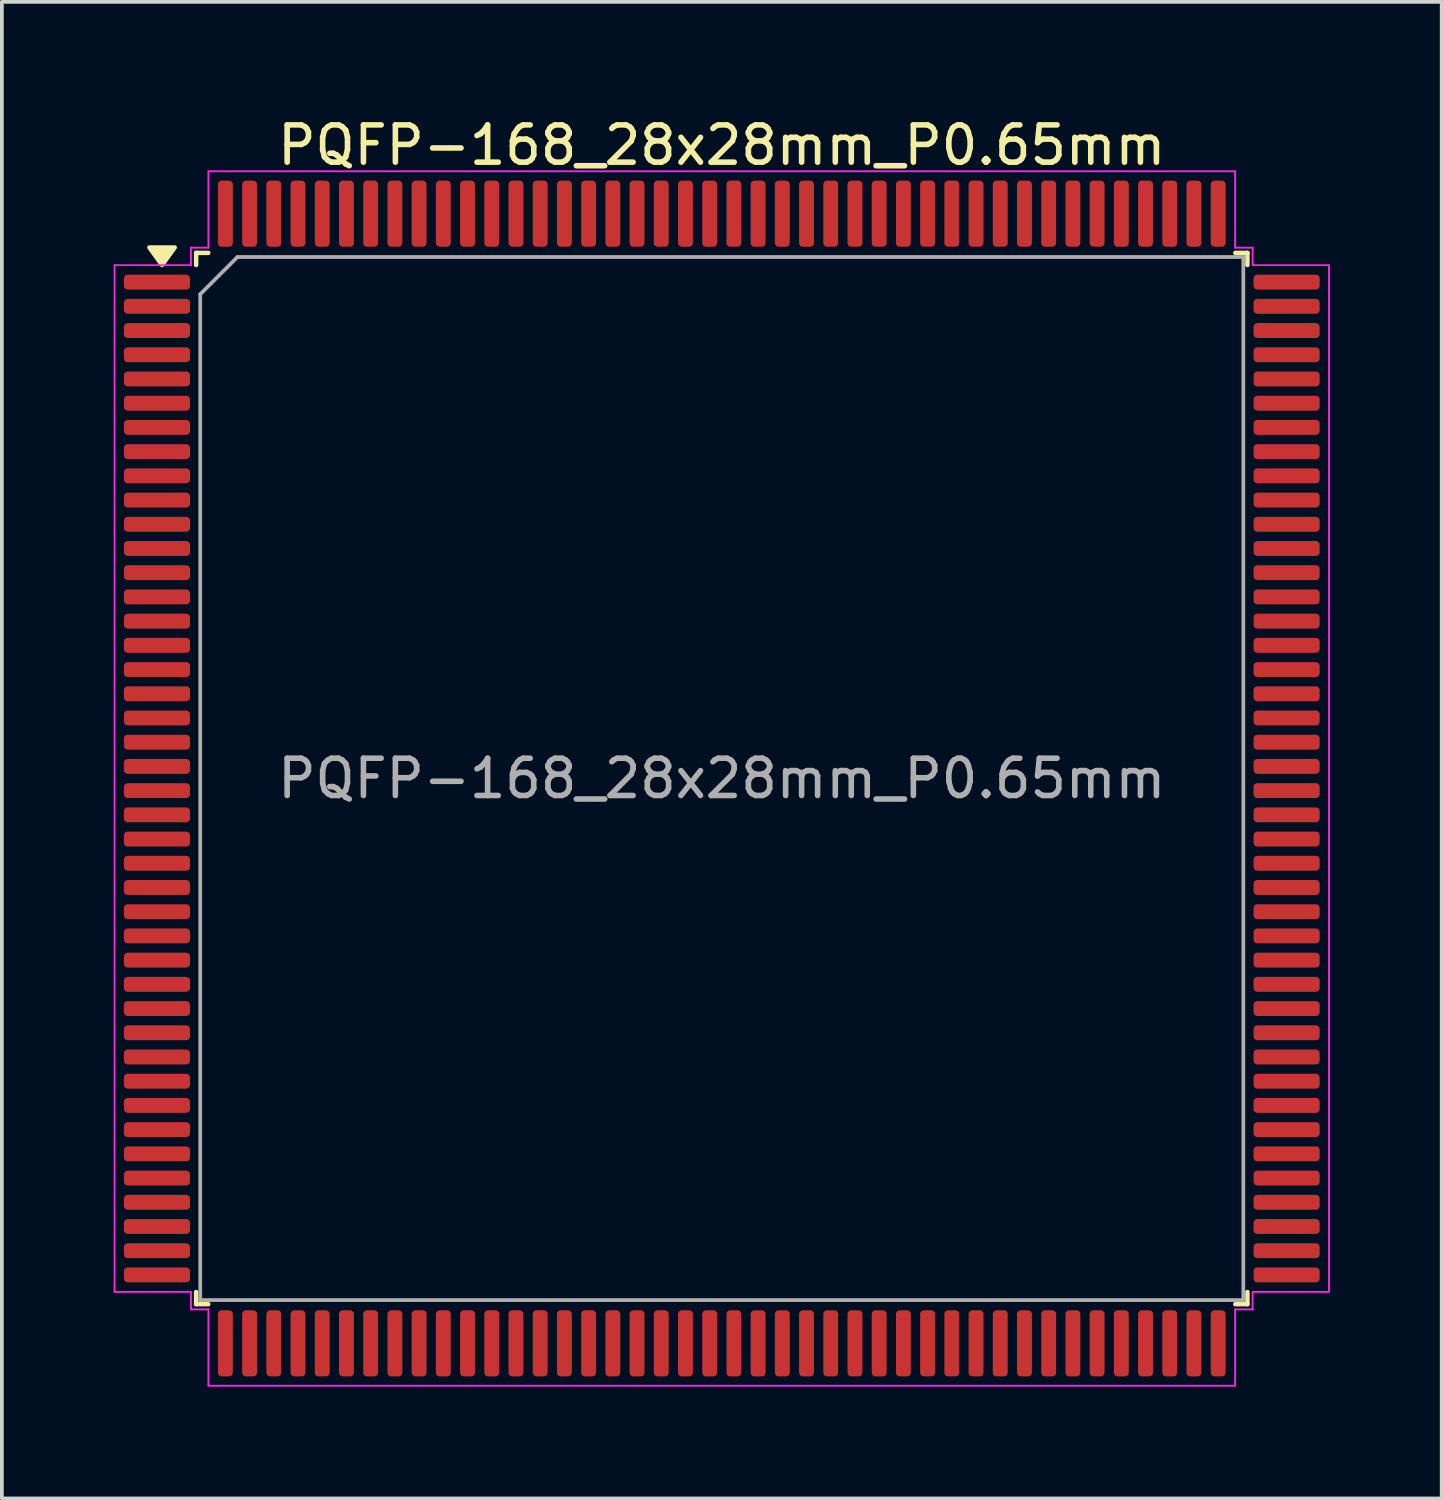
<source format=kicad_pcb>
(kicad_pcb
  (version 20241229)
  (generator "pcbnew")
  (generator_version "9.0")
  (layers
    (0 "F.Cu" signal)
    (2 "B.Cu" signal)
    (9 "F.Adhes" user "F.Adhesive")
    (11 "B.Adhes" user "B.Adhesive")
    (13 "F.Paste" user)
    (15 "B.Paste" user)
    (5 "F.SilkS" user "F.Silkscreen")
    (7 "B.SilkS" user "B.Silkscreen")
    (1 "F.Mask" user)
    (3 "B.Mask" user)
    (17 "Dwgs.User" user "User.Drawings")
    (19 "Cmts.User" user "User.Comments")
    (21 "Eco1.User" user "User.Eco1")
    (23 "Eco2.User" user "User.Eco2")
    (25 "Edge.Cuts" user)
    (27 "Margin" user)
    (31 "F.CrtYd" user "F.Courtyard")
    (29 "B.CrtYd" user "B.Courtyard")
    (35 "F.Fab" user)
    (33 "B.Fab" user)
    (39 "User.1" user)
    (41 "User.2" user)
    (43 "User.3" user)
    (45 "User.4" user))
  (footprint "PQFP-168_28x28mm_P0.65mm"
    (layer "F.Cu")
    (at 16.325 17.848)
    (property "Reference" "PQFP-168_28x28mm_P0.65mm" (at 0 -17 0) (layer "F.SilkS") (effects (font (size 1 1) (thickness 0.15))))
    (attr smd)
    (fp_line (start -14.11 -14.11) (end -14.11 -13.785) (stroke (width 0.12) (type solid)) (layer "F.SilkS"))
    (fp_line (start -14.11 14.11) (end -14.11 13.785) (stroke (width 0.12) (type solid)) (layer "F.SilkS"))
    (fp_line (start -13.785 -14.11) (end -14.11 -14.11) (stroke (width 0.12) (type solid)) (layer "F.SilkS"))
    (fp_line (start -13.785 14.11) (end -14.11 14.11) (stroke (width 0.12) (type solid)) (layer "F.SilkS"))
    (fp_line (start 13.785 -14.11) (end 14.11 -14.11) (stroke (width 0.12) (type solid)) (layer "F.SilkS"))
    (fp_line (start 13.785 14.11) (end 14.11 14.11) (stroke (width 0.12) (type solid)) (layer "F.SilkS"))
    (fp_line (start 14.11 -14.11) (end 14.11 -13.785) (stroke (width 0.12) (type solid)) (layer "F.SilkS"))
    (fp_line (start 14.11 14.11) (end 14.11 13.785) (stroke (width 0.12) (type solid)) (layer "F.SilkS"))
    (fp_poly (pts (xy -15.025 -13.785) (xy -15.365 -14.255) (xy -14.685 -14.255)) (stroke (width 0.12) (type solid)) (fill yes) (layer "F.SilkS"))
    (fp_line (start -16.3 -13.78) (end -14.25 -13.78) (stroke (width 0.05) (type solid)) (layer "F.CrtYd"))
    (fp_line (start -16.3 13.78) (end -16.3 -13.78) (stroke (width 0.05) (type solid)) (layer "F.CrtYd"))
    (fp_line (start -14.25 -14.25) (end -13.78 -14.25) (stroke (width 0.05) (type solid)) (layer "F.CrtYd"))
    (fp_line (start -14.25 -13.78) (end -14.25 -14.25) (stroke (width 0.05) (type solid)) (layer "F.CrtYd"))
    (fp_line (start -14.25 13.78) (end -16.3 13.78) (stroke (width 0.05) (type solid)) (layer "F.CrtYd"))
    (fp_line (start -14.25 14.25) (end -14.25 13.78) (stroke (width 0.05) (type solid)) (layer "F.CrtYd"))
    (fp_line (start -13.78 -16.3) (end 13.78 -16.3) (stroke (width 0.05) (type solid)) (layer "F.CrtYd"))
    (fp_line (start -13.78 -14.25) (end -13.78 -16.3) (stroke (width 0.05) (type solid)) (layer "F.CrtYd"))
    (fp_line (start -13.78 14.25) (end -14.25 14.25) (stroke (width 0.05) (type solid)) (layer "F.CrtYd"))
    (fp_line (start -13.78 16.3) (end -13.78 14.25) (stroke (width 0.05) (type solid)) (layer "F.CrtYd"))
    (fp_line (start 13.78 -16.3) (end 13.78 -14.25) (stroke (width 0.05) (type solid)) (layer "F.CrtYd"))
    (fp_line (start 13.78 -14.25) (end 14.25 -14.25) (stroke (width 0.05) (type solid)) (layer "F.CrtYd"))
    (fp_line (start 13.78 14.25) (end 13.78 16.3) (stroke (width 0.05) (type solid)) (layer "F.CrtYd"))
    (fp_line (start 13.78 16.3) (end -13.78 16.3) (stroke (width 0.05) (type solid)) (layer "F.CrtYd"))
    (fp_line (start 14.25 -14.25) (end 14.25 -13.78) (stroke (width 0.05) (type solid)) (layer "F.CrtYd"))
    (fp_line (start 14.25 -13.78) (end 16.3 -13.78) (stroke (width 0.05) (type solid)) (layer "F.CrtYd"))
    (fp_line (start 14.25 13.78) (end 14.25 14.25) (stroke (width 0.05) (type solid)) (layer "F.CrtYd"))
    (fp_line (start 14.25 14.25) (end 13.78 14.25) (stroke (width 0.05) (type solid)) (layer "F.CrtYd"))
    (fp_line (start 16.3 -13.78) (end 16.3 13.78) (stroke (width 0.05) (type solid)) (layer "F.CrtYd"))
    (fp_line (start 16.3 13.78) (end 14.25 13.78) (stroke (width 0.05) (type solid)) (layer "F.CrtYd"))
    (fp_line (start -14 -13) (end -13 -14) (stroke (width 0.1) (type solid)) (layer "F.Fab"))
    (fp_line (start -14 14) (end -14 -13) (stroke (width 0.1) (type solid)) (layer "F.Fab"))
    (fp_line (start -13 -14) (end 14 -14) (stroke (width 0.1) (type solid)) (layer "F.Fab"))
    (fp_line (start 14 -14) (end 14 14) (stroke (width 0.1) (type solid)) (layer "F.Fab"))
    (fp_line (start 14 14) (end -14 14) (stroke (width 0.1) (type solid)) (layer "F.Fab"))
    (fp_text user "${REFERENCE}" (at 0 0 0) (layer "F.Fab") (effects (font (size 1 1) (thickness 0.15))))
    (pad "1" smd roundrect (at -15.162 -13.325) (size 1.775 0.4) (layers "F.Cu" "F.Mask" "F.Paste") (roundrect_rratio 0.25))
    (pad "2" smd roundrect (at -15.162 -12.675) (size 1.775 0.4) (layers "F.Cu" "F.Mask" "F.Paste") (roundrect_rratio 0.25))
    (pad "3" smd roundrect (at -15.162 -12.025) (size 1.775 0.4) (layers "F.Cu" "F.Mask" "F.Paste") (roundrect_rratio 0.25))
    (pad "4" smd roundrect (at -15.162 -11.375) (size 1.775 0.4) (layers "F.Cu" "F.Mask" "F.Paste") (roundrect_rratio 0.25))
    (pad "5" smd roundrect (at -15.162 -10.725) (size 1.775 0.4) (layers "F.Cu" "F.Mask" "F.Paste") (roundrect_rratio 0.25))
    (pad "6" smd roundrect (at -15.162 -10.075) (size 1.775 0.4) (layers "F.Cu" "F.Mask" "F.Paste") (roundrect_rratio 0.25))
    (pad "7" smd roundrect (at -15.162 -9.425) (size 1.775 0.4) (layers "F.Cu" "F.Mask" "F.Paste") (roundrect_rratio 0.25))
    (pad "8" smd roundrect (at -15.162 -8.775) (size 1.775 0.4) (layers "F.Cu" "F.Mask" "F.Paste") (roundrect_rratio 0.25))
    (pad "9" smd roundrect (at -15.162 -8.125) (size 1.775 0.4) (layers "F.Cu" "F.Mask" "F.Paste") (roundrect_rratio 0.25))
    (pad "10" smd roundrect (at -15.162 -7.475) (size 1.775 0.4) (layers "F.Cu" "F.Mask" "F.Paste") (roundrect_rratio 0.25))
    (pad "11" smd roundrect (at -15.162 -6.825) (size 1.775 0.4) (layers "F.Cu" "F.Mask" "F.Paste") (roundrect_rratio 0.25))
    (pad "12" smd roundrect (at -15.162 -6.175) (size 1.775 0.4) (layers "F.Cu" "F.Mask" "F.Paste") (roundrect_rratio 0.25))
    (pad "13" smd roundrect (at -15.162 -5.525) (size 1.775 0.4) (layers "F.Cu" "F.Mask" "F.Paste") (roundrect_rratio 0.25))
    (pad "14" smd roundrect (at -15.162 -4.875) (size 1.775 0.4) (layers "F.Cu" "F.Mask" "F.Paste") (roundrect_rratio 0.25))
    (pad "15" smd roundrect (at -15.162 -4.225) (size 1.775 0.4) (layers "F.Cu" "F.Mask" "F.Paste") (roundrect_rratio 0.25))
    (pad "16" smd roundrect (at -15.162 -3.575) (size 1.775 0.4) (layers "F.Cu" "F.Mask" "F.Paste") (roundrect_rratio 0.25))
    (pad "17" smd roundrect (at -15.162 -2.925) (size 1.775 0.4) (layers "F.Cu" "F.Mask" "F.Paste") (roundrect_rratio 0.25))
    (pad "18" smd roundrect (at -15.162 -2.275) (size 1.775 0.4) (layers "F.Cu" "F.Mask" "F.Paste") (roundrect_rratio 0.25))
    (pad "19" smd roundrect (at -15.162 -1.625) (size 1.775 0.4) (layers "F.Cu" "F.Mask" "F.Paste") (roundrect_rratio 0.25))
    (pad "20" smd roundrect (at -15.162 -0.975) (size 1.775 0.4) (layers "F.Cu" "F.Mask" "F.Paste") (roundrect_rratio 0.25))
    (pad "21" smd roundrect (at -15.162 -0.325) (size 1.775 0.4) (layers "F.Cu" "F.Mask" "F.Paste") (roundrect_rratio 0.25))
    (pad "22" smd roundrect (at -15.162 0.325) (size 1.775 0.4) (layers "F.Cu" "F.Mask" "F.Paste") (roundrect_rratio 0.25))
    (pad "23" smd roundrect (at -15.162 0.975) (size 1.775 0.4) (layers "F.Cu" "F.Mask" "F.Paste") (roundrect_rratio 0.25))
    (pad "24" smd roundrect (at -15.162 1.625) (size 1.775 0.4) (layers "F.Cu" "F.Mask" "F.Paste") (roundrect_rratio 0.25))
    (pad "25" smd roundrect (at -15.162 2.275) (size 1.775 0.4) (layers "F.Cu" "F.Mask" "F.Paste") (roundrect_rratio 0.25))
    (pad "26" smd roundrect (at -15.162 2.925) (size 1.775 0.4) (layers "F.Cu" "F.Mask" "F.Paste") (roundrect_rratio 0.25))
    (pad "27" smd roundrect (at -15.162 3.575) (size 1.775 0.4) (layers "F.Cu" "F.Mask" "F.Paste") (roundrect_rratio 0.25))
    (pad "28" smd roundrect (at -15.162 4.225) (size 1.775 0.4) (layers "F.Cu" "F.Mask" "F.Paste") (roundrect_rratio 0.25))
    (pad "29" smd roundrect (at -15.162 4.875) (size 1.775 0.4) (layers "F.Cu" "F.Mask" "F.Paste") (roundrect_rratio 0.25))
    (pad "30" smd roundrect (at -15.162 5.525) (size 1.775 0.4) (layers "F.Cu" "F.Mask" "F.Paste") (roundrect_rratio 0.25))
    (pad "31" smd roundrect (at -15.162 6.175) (size 1.775 0.4) (layers "F.Cu" "F.Mask" "F.Paste") (roundrect_rratio 0.25))
    (pad "32" smd roundrect (at -15.162 6.825) (size 1.775 0.4) (layers "F.Cu" "F.Mask" "F.Paste") (roundrect_rratio 0.25))
    (pad "33" smd roundrect (at -15.162 7.475) (size 1.775 0.4) (layers "F.Cu" "F.Mask" "F.Paste") (roundrect_rratio 0.25))
    (pad "34" smd roundrect (at -15.162 8.125) (size 1.775 0.4) (layers "F.Cu" "F.Mask" "F.Paste") (roundrect_rratio 0.25))
    (pad "35" smd roundrect (at -15.162 8.775) (size 1.775 0.4) (layers "F.Cu" "F.Mask" "F.Paste") (roundrect_rratio 0.25))
    (pad "36" smd roundrect (at -15.162 9.425) (size 1.775 0.4) (layers "F.Cu" "F.Mask" "F.Paste") (roundrect_rratio 0.25))
    (pad "37" smd roundrect (at -15.162 10.075) (size 1.775 0.4) (layers "F.Cu" "F.Mask" "F.Paste") (roundrect_rratio 0.25))
    (pad "38" smd roundrect (at -15.162 10.725) (size 1.775 0.4) (layers "F.Cu" "F.Mask" "F.Paste") (roundrect_rratio 0.25))
    (pad "39" smd roundrect (at -15.162 11.375) (size 1.775 0.4) (layers "F.Cu" "F.Mask" "F.Paste") (roundrect_rratio 0.25))
    (pad "40" smd roundrect (at -15.162 12.025) (size 1.775 0.4) (layers "F.Cu" "F.Mask" "F.Paste") (roundrect_rratio 0.25))
    (pad "41" smd roundrect (at -15.162 12.675) (size 1.775 0.4) (layers "F.Cu" "F.Mask" "F.Paste") (roundrect_rratio 0.25))
    (pad "42" smd roundrect (at -15.162 13.325) (size 1.775 0.4) (layers "F.Cu" "F.Mask" "F.Paste") (roundrect_rratio 0.25))
    (pad "43" smd roundrect (at -13.325 15.162) (size 0.4 1.775) (layers "F.Cu" "F.Mask" "F.Paste") (roundrect_rratio 0.25))
    (pad "44" smd roundrect (at -12.675 15.162) (size 0.4 1.775) (layers "F.Cu" "F.Mask" "F.Paste") (roundrect_rratio 0.25))
    (pad "45" smd roundrect (at -12.025 15.162) (size 0.4 1.775) (layers "F.Cu" "F.Mask" "F.Paste") (roundrect_rratio 0.25))
    (pad "46" smd roundrect (at -11.375 15.162) (size 0.4 1.775) (layers "F.Cu" "F.Mask" "F.Paste") (roundrect_rratio 0.25))
    (pad "47" smd roundrect (at -10.725 15.162) (size 0.4 1.775) (layers "F.Cu" "F.Mask" "F.Paste") (roundrect_rratio 0.25))
    (pad "48" smd roundrect (at -10.075 15.162) (size 0.4 1.775) (layers "F.Cu" "F.Mask" "F.Paste") (roundrect_rratio 0.25))
    (pad "49" smd roundrect (at -9.425 15.162) (size 0.4 1.775) (layers "F.Cu" "F.Mask" "F.Paste") (roundrect_rratio 0.25))
    (pad "50" smd roundrect (at -8.775 15.162) (size 0.4 1.775) (layers "F.Cu" "F.Mask" "F.Paste") (roundrect_rratio 0.25))
    (pad "51" smd roundrect (at -8.125 15.162) (size 0.4 1.775) (layers "F.Cu" "F.Mask" "F.Paste") (roundrect_rratio 0.25))
    (pad "52" smd roundrect (at -7.475 15.162) (size 0.4 1.775) (layers "F.Cu" "F.Mask" "F.Paste") (roundrect_rratio 0.25))
    (pad "53" smd roundrect (at -6.825 15.162) (size 0.4 1.775) (layers "F.Cu" "F.Mask" "F.Paste") (roundrect_rratio 0.25))
    (pad "54" smd roundrect (at -6.175 15.162) (size 0.4 1.775) (layers "F.Cu" "F.Mask" "F.Paste") (roundrect_rratio 0.25))
    (pad "55" smd roundrect (at -5.525 15.162) (size 0.4 1.775) (layers "F.Cu" "F.Mask" "F.Paste") (roundrect_rratio 0.25))
    (pad "56" smd roundrect (at -4.875 15.162) (size 0.4 1.775) (layers "F.Cu" "F.Mask" "F.Paste") (roundrect_rratio 0.25))
    (pad "57" smd roundrect (at -4.225 15.162) (size 0.4 1.775) (layers "F.Cu" "F.Mask" "F.Paste") (roundrect_rratio 0.25))
    (pad "58" smd roundrect (at -3.575 15.162) (size 0.4 1.775) (layers "F.Cu" "F.Mask" "F.Paste") (roundrect_rratio 0.25))
    (pad "59" smd roundrect (at -2.925 15.162) (size 0.4 1.775) (layers "F.Cu" "F.Mask" "F.Paste") (roundrect_rratio 0.25))
    (pad "60" smd roundrect (at -2.275 15.162) (size 0.4 1.775) (layers "F.Cu" "F.Mask" "F.Paste") (roundrect_rratio 0.25))
    (pad "61" smd roundrect (at -1.625 15.162) (size 0.4 1.775) (layers "F.Cu" "F.Mask" "F.Paste") (roundrect_rratio 0.25))
    (pad "62" smd roundrect (at -0.975 15.162) (size 0.4 1.775) (layers "F.Cu" "F.Mask" "F.Paste") (roundrect_rratio 0.25))
    (pad "63" smd roundrect (at -0.325 15.162) (size 0.4 1.775) (layers "F.Cu" "F.Mask" "F.Paste") (roundrect_rratio 0.25))
    (pad "64" smd roundrect (at 0.325 15.162) (size 0.4 1.775) (layers "F.Cu" "F.Mask" "F.Paste") (roundrect_rratio 0.25))
    (pad "65" smd roundrect (at 0.975 15.162) (size 0.4 1.775) (layers "F.Cu" "F.Mask" "F.Paste") (roundrect_rratio 0.25))
    (pad "66" smd roundrect (at 1.625 15.162) (size 0.4 1.775) (layers "F.Cu" "F.Mask" "F.Paste") (roundrect_rratio 0.25))
    (pad "67" smd roundrect (at 2.275 15.162) (size 0.4 1.775) (layers "F.Cu" "F.Mask" "F.Paste") (roundrect_rratio 0.25))
    (pad "68" smd roundrect (at 2.925 15.162) (size 0.4 1.775) (layers "F.Cu" "F.Mask" "F.Paste") (roundrect_rratio 0.25))
    (pad "69" smd roundrect (at 3.575 15.162) (size 0.4 1.775) (layers "F.Cu" "F.Mask" "F.Paste") (roundrect_rratio 0.25))
    (pad "70" smd roundrect (at 4.225 15.162) (size 0.4 1.775) (layers "F.Cu" "F.Mask" "F.Paste") (roundrect_rratio 0.25))
    (pad "71" smd roundrect (at 4.875 15.162) (size 0.4 1.775) (layers "F.Cu" "F.Mask" "F.Paste") (roundrect_rratio 0.25))
    (pad "72" smd roundrect (at 5.525 15.162) (size 0.4 1.775) (layers "F.Cu" "F.Mask" "F.Paste") (roundrect_rratio 0.25))
    (pad "73" smd roundrect (at 6.175 15.162) (size 0.4 1.775) (layers "F.Cu" "F.Mask" "F.Paste") (roundrect_rratio 0.25))
    (pad "74" smd roundrect (at 6.825 15.162) (size 0.4 1.775) (layers "F.Cu" "F.Mask" "F.Paste") (roundrect_rratio 0.25))
    (pad "75" smd roundrect (at 7.475 15.162) (size 0.4 1.775) (layers "F.Cu" "F.Mask" "F.Paste") (roundrect_rratio 0.25))
    (pad "76" smd roundrect (at 8.125 15.162) (size 0.4 1.775) (layers "F.Cu" "F.Mask" "F.Paste") (roundrect_rratio 0.25))
    (pad "77" smd roundrect (at 8.775 15.162) (size 0.4 1.775) (layers "F.Cu" "F.Mask" "F.Paste") (roundrect_rratio 0.25))
    (pad "78" smd roundrect (at 9.425 15.162) (size 0.4 1.775) (layers "F.Cu" "F.Mask" "F.Paste") (roundrect_rratio 0.25))
    (pad "79" smd roundrect (at 10.075 15.162) (size 0.4 1.775) (layers "F.Cu" "F.Mask" "F.Paste") (roundrect_rratio 0.25))
    (pad "80" smd roundrect (at 10.725 15.162) (size 0.4 1.775) (layers "F.Cu" "F.Mask" "F.Paste") (roundrect_rratio 0.25))
    (pad "81" smd roundrect (at 11.375 15.162) (size 0.4 1.775) (layers "F.Cu" "F.Mask" "F.Paste") (roundrect_rratio 0.25))
    (pad "82" smd roundrect (at 12.025 15.162) (size 0.4 1.775) (layers "F.Cu" "F.Mask" "F.Paste") (roundrect_rratio 0.25))
    (pad "83" smd roundrect (at 12.675 15.162) (size 0.4 1.775) (layers "F.Cu" "F.Mask" "F.Paste") (roundrect_rratio 0.25))
    (pad "84" smd roundrect (at 13.325 15.162) (size 0.4 1.775) (layers "F.Cu" "F.Mask" "F.Paste") (roundrect_rratio 0.25))
    (pad "85" smd roundrect (at 15.162 13.325) (size 1.775 0.4) (layers "F.Cu" "F.Mask" "F.Paste") (roundrect_rratio 0.25))
    (pad "86" smd roundrect (at 15.162 12.675) (size 1.775 0.4) (layers "F.Cu" "F.Mask" "F.Paste") (roundrect_rratio 0.25))
    (pad "87" smd roundrect (at 15.162 12.025) (size 1.775 0.4) (layers "F.Cu" "F.Mask" "F.Paste") (roundrect_rratio 0.25))
    (pad "88" smd roundrect (at 15.162 11.375) (size 1.775 0.4) (layers "F.Cu" "F.Mask" "F.Paste") (roundrect_rratio 0.25))
    (pad "89" smd roundrect (at 15.162 10.725) (size 1.775 0.4) (layers "F.Cu" "F.Mask" "F.Paste") (roundrect_rratio 0.25))
    (pad "90" smd roundrect (at 15.162 10.075) (size 1.775 0.4) (layers "F.Cu" "F.Mask" "F.Paste") (roundrect_rratio 0.25))
    (pad "91" smd roundrect (at 15.162 9.425) (size 1.775 0.4) (layers "F.Cu" "F.Mask" "F.Paste") (roundrect_rratio 0.25))
    (pad "92" smd roundrect (at 15.162 8.775) (size 1.775 0.4) (layers "F.Cu" "F.Mask" "F.Paste") (roundrect_rratio 0.25))
    (pad "93" smd roundrect (at 15.162 8.125) (size 1.775 0.4) (layers "F.Cu" "F.Mask" "F.Paste") (roundrect_rratio 0.25))
    (pad "94" smd roundrect (at 15.162 7.475) (size 1.775 0.4) (layers "F.Cu" "F.Mask" "F.Paste") (roundrect_rratio 0.25))
    (pad "95" smd roundrect (at 15.162 6.825) (size 1.775 0.4) (layers "F.Cu" "F.Mask" "F.Paste") (roundrect_rratio 0.25))
    (pad "96" smd roundrect (at 15.162 6.175) (size 1.775 0.4) (layers "F.Cu" "F.Mask" "F.Paste") (roundrect_rratio 0.25))
    (pad "97" smd roundrect (at 15.162 5.525) (size 1.775 0.4) (layers "F.Cu" "F.Mask" "F.Paste") (roundrect_rratio 0.25))
    (pad "98" smd roundrect (at 15.162 4.875) (size 1.775 0.4) (layers "F.Cu" "F.Mask" "F.Paste") (roundrect_rratio 0.25))
    (pad "99" smd roundrect (at 15.162 4.225) (size 1.775 0.4) (layers "F.Cu" "F.Mask" "F.Paste") (roundrect_rratio 0.25))
    (pad "100" smd roundrect (at 15.162 3.575) (size 1.775 0.4) (layers "F.Cu" "F.Mask" "F.Paste") (roundrect_rratio 0.25))
    (pad "101" smd roundrect (at 15.162 2.925) (size 1.775 0.4) (layers "F.Cu" "F.Mask" "F.Paste") (roundrect_rratio 0.25))
    (pad "102" smd roundrect (at 15.162 2.275) (size 1.775 0.4) (layers "F.Cu" "F.Mask" "F.Paste") (roundrect_rratio 0.25))
    (pad "103" smd roundrect (at 15.162 1.625) (size 1.775 0.4) (layers "F.Cu" "F.Mask" "F.Paste") (roundrect_rratio 0.25))
    (pad "104" smd roundrect (at 15.162 0.975) (size 1.775 0.4) (layers "F.Cu" "F.Mask" "F.Paste") (roundrect_rratio 0.25))
    (pad "105" smd roundrect (at 15.162 0.325) (size 1.775 0.4) (layers "F.Cu" "F.Mask" "F.Paste") (roundrect_rratio 0.25))
    (pad "106" smd roundrect (at 15.162 -0.325) (size 1.775 0.4) (layers "F.Cu" "F.Mask" "F.Paste") (roundrect_rratio 0.25))
    (pad "107" smd roundrect (at 15.162 -0.975) (size 1.775 0.4) (layers "F.Cu" "F.Mask" "F.Paste") (roundrect_rratio 0.25))
    (pad "108" smd roundrect (at 15.162 -1.625) (size 1.775 0.4) (layers "F.Cu" "F.Mask" "F.Paste") (roundrect_rratio 0.25))
    (pad "109" smd roundrect (at 15.162 -2.275) (size 1.775 0.4) (layers "F.Cu" "F.Mask" "F.Paste") (roundrect_rratio 0.25))
    (pad "110" smd roundrect (at 15.162 -2.925) (size 1.775 0.4) (layers "F.Cu" "F.Mask" "F.Paste") (roundrect_rratio 0.25))
    (pad "111" smd roundrect (at 15.162 -3.575) (size 1.775 0.4) (layers "F.Cu" "F.Mask" "F.Paste") (roundrect_rratio 0.25))
    (pad "112" smd roundrect (at 15.162 -4.225) (size 1.775 0.4) (layers "F.Cu" "F.Mask" "F.Paste") (roundrect_rratio 0.25))
    (pad "113" smd roundrect (at 15.162 -4.875) (size 1.775 0.4) (layers "F.Cu" "F.Mask" "F.Paste") (roundrect_rratio 0.25))
    (pad "114" smd roundrect (at 15.162 -5.525) (size 1.775 0.4) (layers "F.Cu" "F.Mask" "F.Paste") (roundrect_rratio 0.25))
    (pad "115" smd roundrect (at 15.162 -6.175) (size 1.775 0.4) (layers "F.Cu" "F.Mask" "F.Paste") (roundrect_rratio 0.25))
    (pad "116" smd roundrect (at 15.162 -6.825) (size 1.775 0.4) (layers "F.Cu" "F.Mask" "F.Paste") (roundrect_rratio 0.25))
    (pad "117" smd roundrect (at 15.162 -7.475) (size 1.775 0.4) (layers "F.Cu" "F.Mask" "F.Paste") (roundrect_rratio 0.25))
    (pad "118" smd roundrect (at 15.162 -8.125) (size 1.775 0.4) (layers "F.Cu" "F.Mask" "F.Paste") (roundrect_rratio 0.25))
    (pad "119" smd roundrect (at 15.162 -8.775) (size 1.775 0.4) (layers "F.Cu" "F.Mask" "F.Paste") (roundrect_rratio 0.25))
    (pad "120" smd roundrect (at 15.162 -9.425) (size 1.775 0.4) (layers "F.Cu" "F.Mask" "F.Paste") (roundrect_rratio 0.25))
    (pad "121" smd roundrect (at 15.162 -10.075) (size 1.775 0.4) (layers "F.Cu" "F.Mask" "F.Paste") (roundrect_rratio 0.25))
    (pad "122" smd roundrect (at 15.162 -10.725) (size 1.775 0.4) (layers "F.Cu" "F.Mask" "F.Paste") (roundrect_rratio 0.25))
    (pad "123" smd roundrect (at 15.162 -11.375) (size 1.775 0.4) (layers "F.Cu" "F.Mask" "F.Paste") (roundrect_rratio 0.25))
    (pad "124" smd roundrect (at 15.162 -12.025) (size 1.775 0.4) (layers "F.Cu" "F.Mask" "F.Paste") (roundrect_rratio 0.25))
    (pad "125" smd roundrect (at 15.162 -12.675) (size 1.775 0.4) (layers "F.Cu" "F.Mask" "F.Paste") (roundrect_rratio 0.25))
    (pad "126" smd roundrect (at 15.162 -13.325) (size 1.775 0.4) (layers "F.Cu" "F.Mask" "F.Paste") (roundrect_rratio 0.25))
    (pad "127" smd roundrect (at 13.325 -15.162) (size 0.4 1.775) (layers "F.Cu" "F.Mask" "F.Paste") (roundrect_rratio 0.25))
    (pad "128" smd roundrect (at 12.675 -15.162) (size 0.4 1.775) (layers "F.Cu" "F.Mask" "F.Paste") (roundrect_rratio 0.25))
    (pad "129" smd roundrect (at 12.025 -15.162) (size 0.4 1.775) (layers "F.Cu" "F.Mask" "F.Paste") (roundrect_rratio 0.25))
    (pad "130" smd roundrect (at 11.375 -15.162) (size 0.4 1.775) (layers "F.Cu" "F.Mask" "F.Paste") (roundrect_rratio 0.25))
    (pad "131" smd roundrect (at 10.725 -15.162) (size 0.4 1.775) (layers "F.Cu" "F.Mask" "F.Paste") (roundrect_rratio 0.25))
    (pad "132" smd roundrect (at 10.075 -15.162) (size 0.4 1.775) (layers "F.Cu" "F.Mask" "F.Paste") (roundrect_rratio 0.25))
    (pad "133" smd roundrect (at 9.425 -15.162) (size 0.4 1.775) (layers "F.Cu" "F.Mask" "F.Paste") (roundrect_rratio 0.25))
    (pad "134" smd roundrect (at 8.775 -15.162) (size 0.4 1.775) (layers "F.Cu" "F.Mask" "F.Paste") (roundrect_rratio 0.25))
    (pad "135" smd roundrect (at 8.125 -15.162) (size 0.4 1.775) (layers "F.Cu" "F.Mask" "F.Paste") (roundrect_rratio 0.25))
    (pad "136" smd roundrect (at 7.475 -15.162) (size 0.4 1.775) (layers "F.Cu" "F.Mask" "F.Paste") (roundrect_rratio 0.25))
    (pad "137" smd roundrect (at 6.825 -15.162) (size 0.4 1.775) (layers "F.Cu" "F.Mask" "F.Paste") (roundrect_rratio 0.25))
    (pad "138" smd roundrect (at 6.175 -15.162) (size 0.4 1.775) (layers "F.Cu" "F.Mask" "F.Paste") (roundrect_rratio 0.25))
    (pad "139" smd roundrect (at 5.525 -15.162) (size 0.4 1.775) (layers "F.Cu" "F.Mask" "F.Paste") (roundrect_rratio 0.25))
    (pad "140" smd roundrect (at 4.875 -15.162) (size 0.4 1.775) (layers "F.Cu" "F.Mask" "F.Paste") (roundrect_rratio 0.25))
    (pad "141" smd roundrect (at 4.225 -15.162) (size 0.4 1.775) (layers "F.Cu" "F.Mask" "F.Paste") (roundrect_rratio 0.25))
    (pad "142" smd roundrect (at 3.575 -15.162) (size 0.4 1.775) (layers "F.Cu" "F.Mask" "F.Paste") (roundrect_rratio 0.25))
    (pad "143" smd roundrect (at 2.925 -15.162) (size 0.4 1.775) (layers "F.Cu" "F.Mask" "F.Paste") (roundrect_rratio 0.25))
    (pad "144" smd roundrect (at 2.275 -15.162) (size 0.4 1.775) (layers "F.Cu" "F.Mask" "F.Paste") (roundrect_rratio 0.25))
    (pad "145" smd roundrect (at 1.625 -15.162) (size 0.4 1.775) (layers "F.Cu" "F.Mask" "F.Paste") (roundrect_rratio 0.25))
    (pad "146" smd roundrect (at 0.975 -15.162) (size 0.4 1.775) (layers "F.Cu" "F.Mask" "F.Paste") (roundrect_rratio 0.25))
    (pad "147" smd roundrect (at 0.325 -15.162) (size 0.4 1.775) (layers "F.Cu" "F.Mask" "F.Paste") (roundrect_rratio 0.25))
    (pad "148" smd roundrect (at -0.325 -15.162) (size 0.4 1.775) (layers "F.Cu" "F.Mask" "F.Paste") (roundrect_rratio 0.25))
    (pad "149" smd roundrect (at -0.975 -15.162) (size 0.4 1.775) (layers "F.Cu" "F.Mask" "F.Paste") (roundrect_rratio 0.25))
    (pad "150" smd roundrect (at -1.625 -15.162) (size 0.4 1.775) (layers "F.Cu" "F.Mask" "F.Paste") (roundrect_rratio 0.25))
    (pad "151" smd roundrect (at -2.275 -15.162) (size 0.4 1.775) (layers "F.Cu" "F.Mask" "F.Paste") (roundrect_rratio 0.25))
    (pad "152" smd roundrect (at -2.925 -15.162) (size 0.4 1.775) (layers "F.Cu" "F.Mask" "F.Paste") (roundrect_rratio 0.25))
    (pad "153" smd roundrect (at -3.575 -15.162) (size 0.4 1.775) (layers "F.Cu" "F.Mask" "F.Paste") (roundrect_rratio 0.25))
    (pad "154" smd roundrect (at -4.225 -15.162) (size 0.4 1.775) (layers "F.Cu" "F.Mask" "F.Paste") (roundrect_rratio 0.25))
    (pad "155" smd roundrect (at -4.875 -15.162) (size 0.4 1.775) (layers "F.Cu" "F.Mask" "F.Paste") (roundrect_rratio 0.25))
    (pad "156" smd roundrect (at -5.525 -15.162) (size 0.4 1.775) (layers "F.Cu" "F.Mask" "F.Paste") (roundrect_rratio 0.25))
    (pad "157" smd roundrect (at -6.175 -15.162) (size 0.4 1.775) (layers "F.Cu" "F.Mask" "F.Paste") (roundrect_rratio 0.25))
    (pad "158" smd roundrect (at -6.825 -15.162) (size 0.4 1.775) (layers "F.Cu" "F.Mask" "F.Paste") (roundrect_rratio 0.25))
    (pad "159" smd roundrect (at -7.475 -15.162) (size 0.4 1.775) (layers "F.Cu" "F.Mask" "F.Paste") (roundrect_rratio 0.25))
    (pad "160" smd roundrect (at -8.125 -15.162) (size 0.4 1.775) (layers "F.Cu" "F.Mask" "F.Paste") (roundrect_rratio 0.25))
    (pad "161" smd roundrect (at -8.775 -15.162) (size 0.4 1.775) (layers "F.Cu" "F.Mask" "F.Paste") (roundrect_rratio 0.25))
    (pad "162" smd roundrect (at -9.425 -15.162) (size 0.4 1.775) (layers "F.Cu" "F.Mask" "F.Paste") (roundrect_rratio 0.25))
    (pad "163" smd roundrect (at -10.075 -15.162) (size 0.4 1.775) (layers "F.Cu" "F.Mask" "F.Paste") (roundrect_rratio 0.25))
    (pad "164" smd roundrect (at -10.725 -15.162) (size 0.4 1.775) (layers "F.Cu" "F.Mask" "F.Paste") (roundrect_rratio 0.25))
    (pad "165" smd roundrect (at -11.375 -15.162) (size 0.4 1.775) (layers "F.Cu" "F.Mask" "F.Paste") (roundrect_rratio 0.25))
    (pad "166" smd roundrect (at -12.025 -15.162) (size 0.4 1.775) (layers "F.Cu" "F.Mask" "F.Paste") (roundrect_rratio 0.25))
    (pad "167" smd roundrect (at -12.675 -15.162) (size 0.4 1.775) (layers "F.Cu" "F.Mask" "F.Paste") (roundrect_rratio 0.25))
    (pad "168" smd roundrect (at -13.325 -15.162) (size 0.4 1.775) (layers "F.Cu" "F.Mask" "F.Paste") (roundrect_rratio 0.25)))
  (gr_rect
    (start -3 -3)
    (end 35.65 37.173)
    (stroke (width 0.1) (type default))
    (fill no)
    (layer "Edge.Cuts")))
</source>
